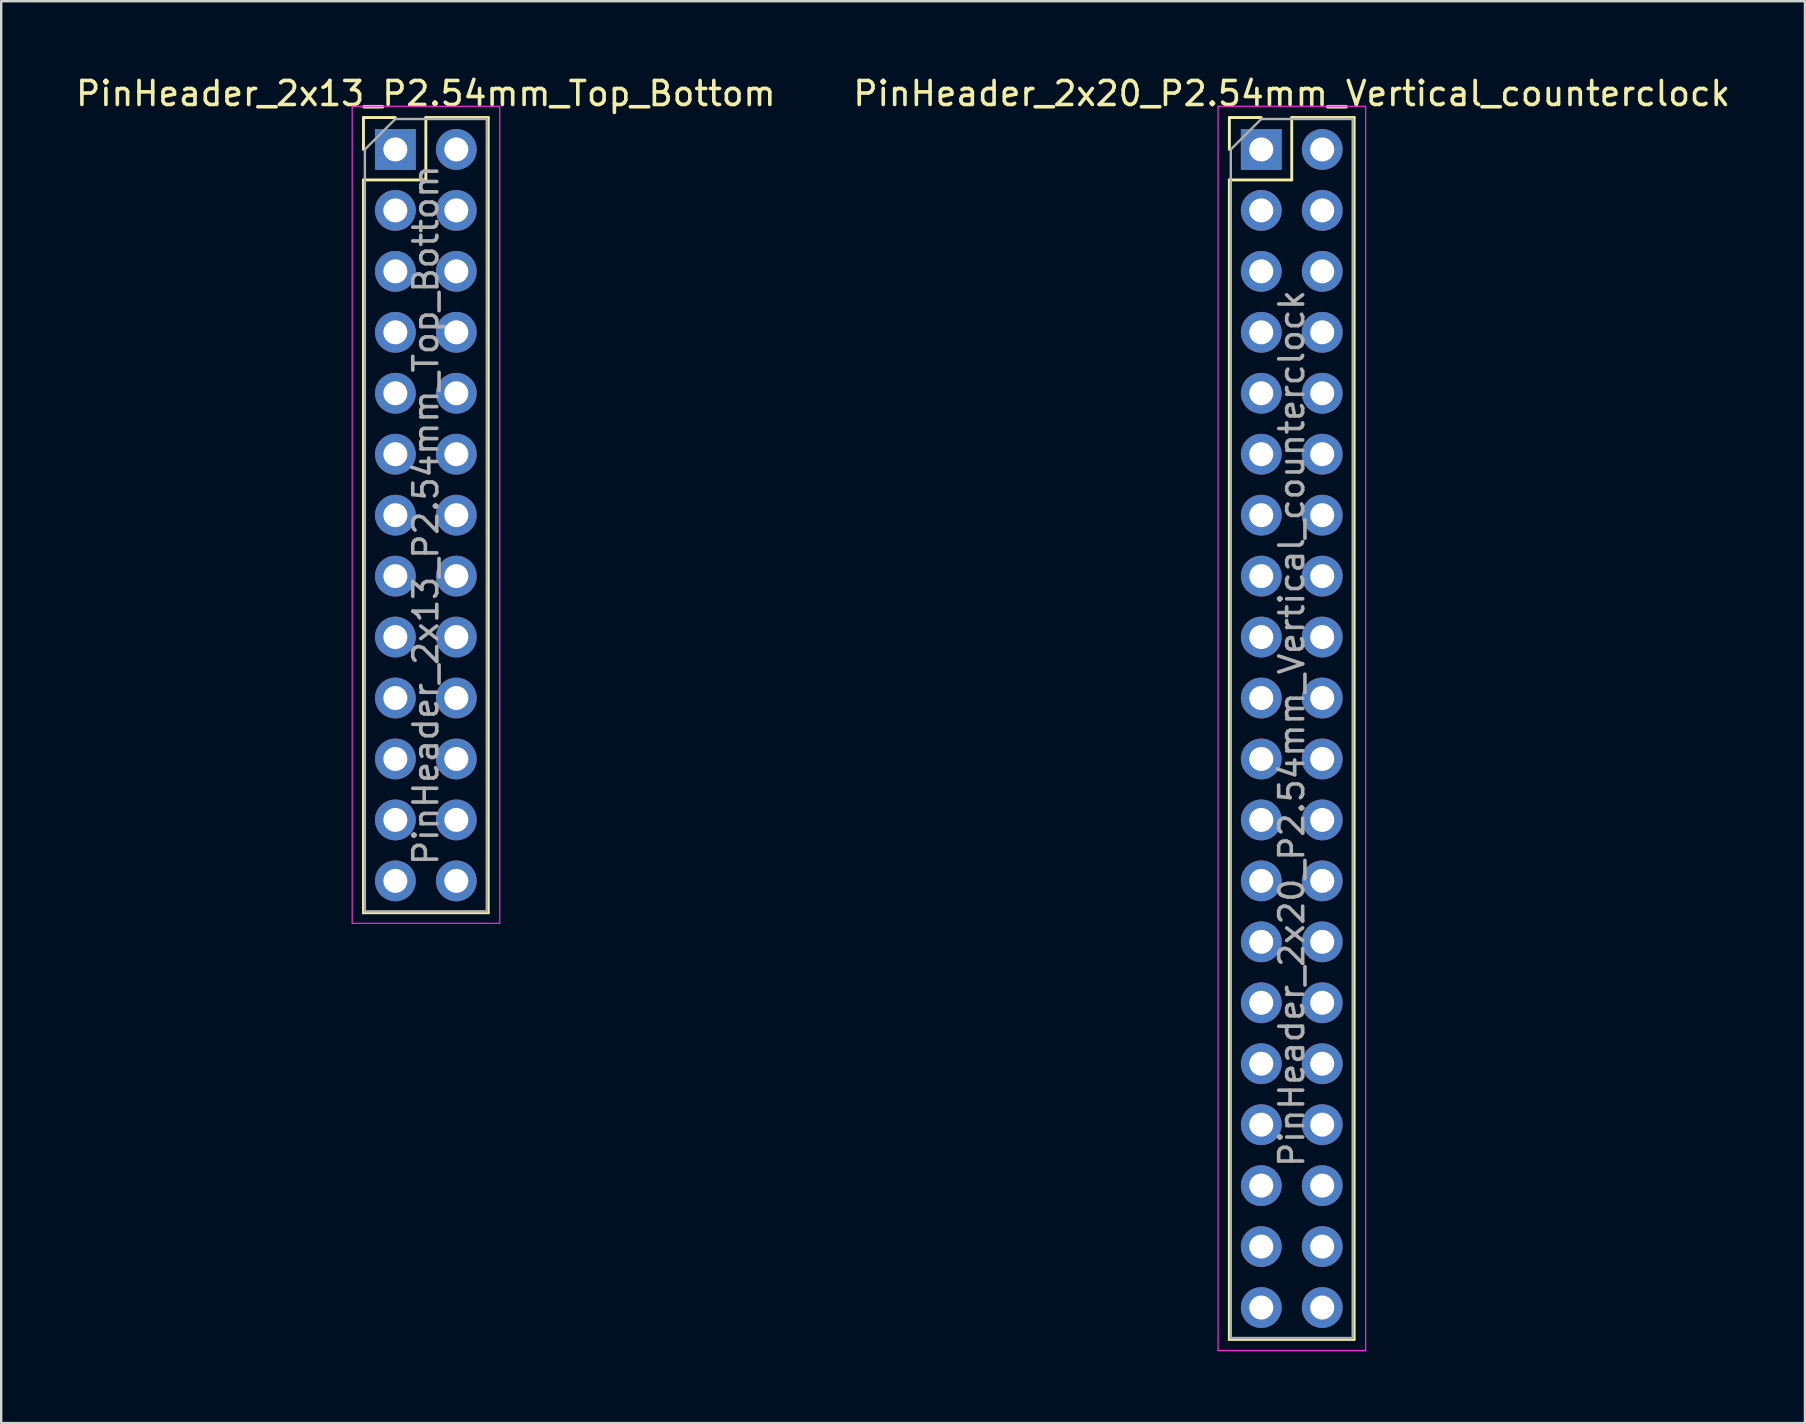
<source format=kicad_pcb>
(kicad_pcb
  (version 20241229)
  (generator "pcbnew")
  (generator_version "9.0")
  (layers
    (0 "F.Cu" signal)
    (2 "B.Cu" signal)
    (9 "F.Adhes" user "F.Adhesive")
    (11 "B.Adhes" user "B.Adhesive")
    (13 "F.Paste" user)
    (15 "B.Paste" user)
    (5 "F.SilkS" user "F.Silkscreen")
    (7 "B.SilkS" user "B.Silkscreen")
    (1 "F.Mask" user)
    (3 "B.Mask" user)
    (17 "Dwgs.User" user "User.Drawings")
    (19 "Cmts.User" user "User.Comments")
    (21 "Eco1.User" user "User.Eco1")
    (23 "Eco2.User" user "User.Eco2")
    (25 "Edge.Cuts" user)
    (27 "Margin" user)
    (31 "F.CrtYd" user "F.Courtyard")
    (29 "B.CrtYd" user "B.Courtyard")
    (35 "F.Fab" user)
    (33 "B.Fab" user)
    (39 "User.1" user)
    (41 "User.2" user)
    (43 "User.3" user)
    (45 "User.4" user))
  (footprint "PinHeader_2x13_P2.54mm_Top_Bottom"
    (layer "F.Cu")
    (at 13.426 3.178)
    (property "Reference" "PinHeader_2x13_P2.54mm_Top_Bottom" (at 1.27 -2.33 0) (layer "F.SilkS") (effects (font (size 1 1) (thickness 0.15))))
    (attr through_hole)
    (fp_line (start -1.33 -1.33) (end 0 -1.33) (stroke (width 0.12) (type solid)) (layer "F.SilkS"))
    (fp_line (start -1.33 0) (end -1.33 -1.33) (stroke (width 0.12) (type solid)) (layer "F.SilkS"))
    (fp_line (start -1.33 1.27) (end -1.33 31.81) (stroke (width 0.12) (type solid)) (layer "F.SilkS"))
    (fp_line (start -1.33 1.27) (end 1.27 1.27) (stroke (width 0.12) (type solid)) (layer "F.SilkS"))
    (fp_line (start -1.33 31.81) (end 3.87 31.81) (stroke (width 0.12) (type solid)) (layer "F.SilkS"))
    (fp_line (start 1.27 -1.33) (end 3.87 -1.33) (stroke (width 0.12) (type solid)) (layer "F.SilkS"))
    (fp_line (start 1.27 1.27) (end 1.27 -1.33) (stroke (width 0.12) (type solid)) (layer "F.SilkS"))
    (fp_line (start 3.87 -1.33) (end 3.87 31.81) (stroke (width 0.12) (type solid)) (layer "F.SilkS"))
    (fp_line (start -1.8 -1.8) (end -1.8 32.25) (stroke (width 0.05) (type solid)) (layer "F.CrtYd"))
    (fp_line (start -1.8 32.25) (end 4.35 32.25) (stroke (width 0.05) (type solid)) (layer "F.CrtYd"))
    (fp_line (start 4.35 -1.8) (end -1.8 -1.8) (stroke (width 0.05) (type solid)) (layer "F.CrtYd"))
    (fp_line (start 4.35 32.25) (end 4.35 -1.8) (stroke (width 0.05) (type solid)) (layer "F.CrtYd"))
    (fp_line (start -1.27 0) (end 0 -1.27) (stroke (width 0.1) (type solid)) (layer "F.Fab"))
    (fp_line (start -1.27 31.75) (end -1.27 0) (stroke (width 0.1) (type solid)) (layer "F.Fab"))
    (fp_line (start 0 -1.27) (end 3.81 -1.27) (stroke (width 0.1) (type solid)) (layer "F.Fab"))
    (fp_line (start 3.81 -1.27) (end 3.81 31.75) (stroke (width 0.1) (type solid)) (layer "F.Fab"))
    (fp_line (start 3.81 31.75) (end -1.27 31.75) (stroke (width 0.1) (type solid)) (layer "F.Fab"))
    (fp_text user "${REFERENCE}" (at 1.27 15.24 90) (layer "F.Fab") (effects (font (size 1 1) (thickness 0.15))))
    (pad "1" thru_hole rect (at 0 0) (size 1.7 1.7) (drill 1) (layers "*.Cu" "*.Mask"))
    (pad "2" thru_hole oval (at 0 2.54) (size 1.7 1.7) (drill 1) (layers "*.Cu" "*.Mask"))
    (pad "3" thru_hole oval (at 0 5.08) (size 1.7 1.7) (drill 1) (layers "*.Cu" "*.Mask"))
    (pad "4" thru_hole oval (at 0 7.62) (size 1.7 1.7) (drill 1) (layers "*.Cu" "*.Mask"))
    (pad "5" thru_hole oval (at 0 10.16) (size 1.7 1.7) (drill 1) (layers "*.Cu" "*.Mask"))
    (pad "6" thru_hole oval (at 0 12.7) (size 1.7 1.7) (drill 1) (layers "*.Cu" "*.Mask"))
    (pad "7" thru_hole oval (at 0 15.24) (size 1.7 1.7) (drill 1) (layers "*.Cu" "*.Mask"))
    (pad "8" thru_hole oval (at 0 17.78) (size 1.7 1.7) (drill 1) (layers "*.Cu" "*.Mask"))
    (pad "9" thru_hole oval (at 0 20.32) (size 1.7 1.7) (drill 1) (layers "*.Cu" "*.Mask"))
    (pad "10" thru_hole oval (at 0 22.86) (size 1.7 1.7) (drill 1) (layers "*.Cu" "*.Mask"))
    (pad "11" thru_hole oval (at 0 25.4) (size 1.7 1.7) (drill 1) (layers "*.Cu" "*.Mask"))
    (pad "12" thru_hole oval (at 0 27.94) (size 1.7 1.7) (drill 1) (layers "*.Cu" "*.Mask"))
    (pad "13" thru_hole oval (at 0 30.48) (size 1.7 1.7) (drill 1) (layers "*.Cu" "*.Mask"))
    (pad "14" thru_hole oval (at 2.54 0) (size 1.7 1.7) (drill 1) (layers "*.Cu" "*.Mask"))
    (pad "15" thru_hole oval (at 2.54 2.54) (size 1.7 1.7) (drill 1) (layers "*.Cu" "*.Mask"))
    (pad "16" thru_hole oval (at 2.54 5.08) (size 1.7 1.7) (drill 1) (layers "*.Cu" "*.Mask"))
    (pad "17" thru_hole oval (at 2.54 7.62) (size 1.7 1.7) (drill 1) (layers "*.Cu" "*.Mask"))
    (pad "18" thru_hole oval (at 2.54 10.16) (size 1.7 1.7) (drill 1) (layers "*.Cu" "*.Mask"))
    (pad "19" thru_hole oval (at 2.54 12.7) (size 1.7 1.7) (drill 1) (layers "*.Cu" "*.Mask"))
    (pad "20" thru_hole oval (at 2.54 15.24) (size 1.7 1.7) (drill 1) (layers "*.Cu" "*.Mask"))
    (pad "21" thru_hole oval (at 2.54 17.78) (size 1.7 1.7) (drill 1) (layers "*.Cu" "*.Mask"))
    (pad "22" thru_hole oval (at 2.54 20.32) (size 1.7 1.7) (drill 1) (layers "*.Cu" "*.Mask"))
    (pad "23" thru_hole oval (at 2.54 22.86) (size 1.7 1.7) (drill 1) (layers "*.Cu" "*.Mask"))
    (pad "24" thru_hole oval (at 2.54 25.4) (size 1.7 1.7) (drill 1) (layers "*.Cu" "*.Mask"))
    (pad "25" thru_hole oval (at 2.54 27.94) (size 1.7 1.7) (drill 1) (layers "*.Cu" "*.Mask"))
    (pad "26" thru_hole oval (at 2.54 30.48) (size 1.7 1.7) (drill 1) (layers "*.Cu" "*.Mask")))
  (footprint "PinHeader_2x20_P2.54mm_Vertical_counterclock"
    (layer "F.Cu")
    (at 49.51 3.178)
    (property "Reference" "PinHeader_2x20_P2.54mm_Vertical_counterclock" (at 1.27 -2.33 0) (layer "F.SilkS") (effects (font (size 1 1) (thickness 0.15))))
    (attr through_hole)
    (fp_line (start -1.33 -1.33) (end 0 -1.33) (stroke (width 0.12) (type solid)) (layer "F.SilkS"))
    (fp_line (start -1.33 0) (end -1.33 -1.33) (stroke (width 0.12) (type solid)) (layer "F.SilkS"))
    (fp_line (start -1.33 1.27) (end -1.33 49.59) (stroke (width 0.12) (type solid)) (layer "F.SilkS"))
    (fp_line (start -1.33 1.27) (end 1.27 1.27) (stroke (width 0.12) (type solid)) (layer "F.SilkS"))
    (fp_line (start -1.33 49.59) (end 3.87 49.59) (stroke (width 0.12) (type solid)) (layer "F.SilkS"))
    (fp_line (start 1.27 -1.33) (end 3.87 -1.33) (stroke (width 0.12) (type solid)) (layer "F.SilkS"))
    (fp_line (start 1.27 1.27) (end 1.27 -1.33) (stroke (width 0.12) (type solid)) (layer "F.SilkS"))
    (fp_line (start 3.87 -1.33) (end 3.87 49.59) (stroke (width 0.12) (type solid)) (layer "F.SilkS"))
    (fp_line (start -1.8 -1.8) (end -1.8 50.05) (stroke (width 0.05) (type solid)) (layer "F.CrtYd"))
    (fp_line (start -1.8 50.05) (end 4.35 50.05) (stroke (width 0.05) (type solid)) (layer "F.CrtYd"))
    (fp_line (start 4.35 -1.8) (end -1.8 -1.8) (stroke (width 0.05) (type solid)) (layer "F.CrtYd"))
    (fp_line (start 4.35 50.05) (end 4.35 -1.8) (stroke (width 0.05) (type solid)) (layer "F.CrtYd"))
    (fp_line (start -1.27 0) (end 0 -1.27) (stroke (width 0.1) (type solid)) (layer "F.Fab"))
    (fp_line (start -1.27 49.53) (end -1.27 0) (stroke (width 0.1) (type solid)) (layer "F.Fab"))
    (fp_line (start 0 -1.27) (end 3.81 -1.27) (stroke (width 0.1) (type solid)) (layer "F.Fab"))
    (fp_line (start 3.81 -1.27) (end 3.81 49.53) (stroke (width 0.1) (type solid)) (layer "F.Fab"))
    (fp_line (start 3.81 49.53) (end -1.27 49.53) (stroke (width 0.1) (type solid)) (layer "F.Fab"))
    (fp_text user "${REFERENCE}" (at 1.27 24.13 90) (layer "F.Fab") (effects (font (size 1 1) (thickness 0.15))))
    (pad "1" thru_hole rect (at 0 0) (size 1.7 1.7) (drill 1) (layers "*.Cu" "*.Mask"))
    (pad "2" thru_hole oval (at 0 2.54) (size 1.7 1.7) (drill 1) (layers "*.Cu" "*.Mask"))
    (pad "3" thru_hole oval (at 0 5.08) (size 1.7 1.7) (drill 1) (layers "*.Cu" "*.Mask"))
    (pad "4" thru_hole oval (at 0 7.62) (size 1.7 1.7) (drill 1) (layers "*.Cu" "*.Mask"))
    (pad "5" thru_hole oval (at 0 10.16) (size 1.7 1.7) (drill 1) (layers "*.Cu" "*.Mask"))
    (pad "6" thru_hole oval (at 0 12.7) (size 1.7 1.7) (drill 1) (layers "*.Cu" "*.Mask"))
    (pad "7" thru_hole oval (at 0 15.24) (size 1.7 1.7) (drill 1) (layers "*.Cu" "*.Mask"))
    (pad "8" thru_hole oval (at 0 17.78) (size 1.7 1.7) (drill 1) (layers "*.Cu" "*.Mask"))
    (pad "9" thru_hole oval (at 0 20.32) (size 1.7 1.7) (drill 1) (layers "*.Cu" "*.Mask"))
    (pad "10" thru_hole oval (at 0 22.86) (size 1.7 1.7) (drill 1) (layers "*.Cu" "*.Mask"))
    (pad "11" thru_hole oval (at 0 25.4) (size 1.7 1.7) (drill 1) (layers "*.Cu" "*.Mask"))
    (pad "12" thru_hole oval (at 0 27.94) (size 1.7 1.7) (drill 1) (layers "*.Cu" "*.Mask"))
    (pad "13" thru_hole oval (at 0 30.48) (size 1.7 1.7) (drill 1) (layers "*.Cu" "*.Mask"))
    (pad "14" thru_hole oval (at 0 33.02) (size 1.7 1.7) (drill 1) (layers "*.Cu" "*.Mask"))
    (pad "15" thru_hole oval (at 0 35.56) (size 1.7 1.7) (drill 1) (layers "*.Cu" "*.Mask"))
    (pad "16" thru_hole oval (at 0 38.1) (size 1.7 1.7) (drill 1) (layers "*.Cu" "*.Mask"))
    (pad "17" thru_hole oval (at 0 40.64) (size 1.7 1.7) (drill 1) (layers "*.Cu" "*.Mask"))
    (pad "18" thru_hole oval (at 0 43.18) (size 1.7 1.7) (drill 1) (layers "*.Cu" "*.Mask"))
    (pad "19" thru_hole oval (at 0 45.72) (size 1.7 1.7) (drill 1) (layers "*.Cu" "*.Mask"))
    (pad "20" thru_hole oval (at 0 48.26) (size 1.7 1.7) (drill 1) (layers "*.Cu" "*.Mask"))
    (pad "21" thru_hole oval (at 2.54 48.26) (size 1.7 1.7) (drill 1) (layers "*.Cu" "*.Mask"))
    (pad "22" thru_hole oval (at 2.54 45.72) (size 1.7 1.7) (drill 1) (layers "*.Cu" "*.Mask"))
    (pad "23" thru_hole oval (at 2.54 43.18) (size 1.7 1.7) (drill 1) (layers "*.Cu" "*.Mask"))
    (pad "24" thru_hole oval (at 2.54 40.64) (size 1.7 1.7) (drill 1) (layers "*.Cu" "*.Mask"))
    (pad "25" thru_hole oval (at 2.54 38.1) (size 1.7 1.7) (drill 1) (layers "*.Cu" "*.Mask"))
    (pad "26" thru_hole oval (at 2.54 35.56) (size 1.7 1.7) (drill 1) (layers "*.Cu" "*.Mask"))
    (pad "27" thru_hole oval (at 2.54 33.02) (size 1.7 1.7) (drill 1) (layers "*.Cu" "*.Mask"))
    (pad "28" thru_hole oval (at 2.54 30.48) (size 1.7 1.7) (drill 1) (layers "*.Cu" "*.Mask"))
    (pad "29" thru_hole oval (at 2.54 27.94) (size 1.7 1.7) (drill 1) (layers "*.Cu" "*.Mask"))
    (pad "30" thru_hole oval (at 2.54 25.4) (size 1.7 1.7) (drill 1) (layers "*.Cu" "*.Mask"))
    (pad "31" thru_hole oval (at 2.54 22.86) (size 1.7 1.7) (drill 1) (layers "*.Cu" "*.Mask"))
    (pad "32" thru_hole oval (at 2.54 20.32) (size 1.7 1.7) (drill 1) (layers "*.Cu" "*.Mask"))
    (pad "33" thru_hole oval (at 2.54 17.78) (size 1.7 1.7) (drill 1) (layers "*.Cu" "*.Mask"))
    (pad "34" thru_hole oval (at 2.54 15.24) (size 1.7 1.7) (drill 1) (layers "*.Cu" "*.Mask"))
    (pad "35" thru_hole oval (at 2.54 12.7) (size 1.7 1.7) (drill 1) (layers "*.Cu" "*.Mask"))
    (pad "36" thru_hole oval (at 2.54 10.16) (size 1.7 1.7) (drill 1) (layers "*.Cu" "*.Mask"))
    (pad "37" thru_hole oval (at 2.54 7.62) (size 1.7 1.7) (drill 1) (layers "*.Cu" "*.Mask"))
    (pad "38" thru_hole oval (at 2.54 5.08) (size 1.7 1.7) (drill 1) (layers "*.Cu" "*.Mask"))
    (pad "39" thru_hole oval (at 2.54 2.54) (size 1.7 1.7) (drill 1) (layers "*.Cu" "*.Mask"))
    (pad "40" thru_hole oval (at 2.54 0) (size 1.7 1.7) (drill 1) (layers "*.Cu" "*.Mask")))
  (gr_rect
    (start -3 -3)
    (end 72.167 56.253)
    (stroke (width 0.1) (type default))
    (fill no)
    (layer "Edge.Cuts")))
</source>
